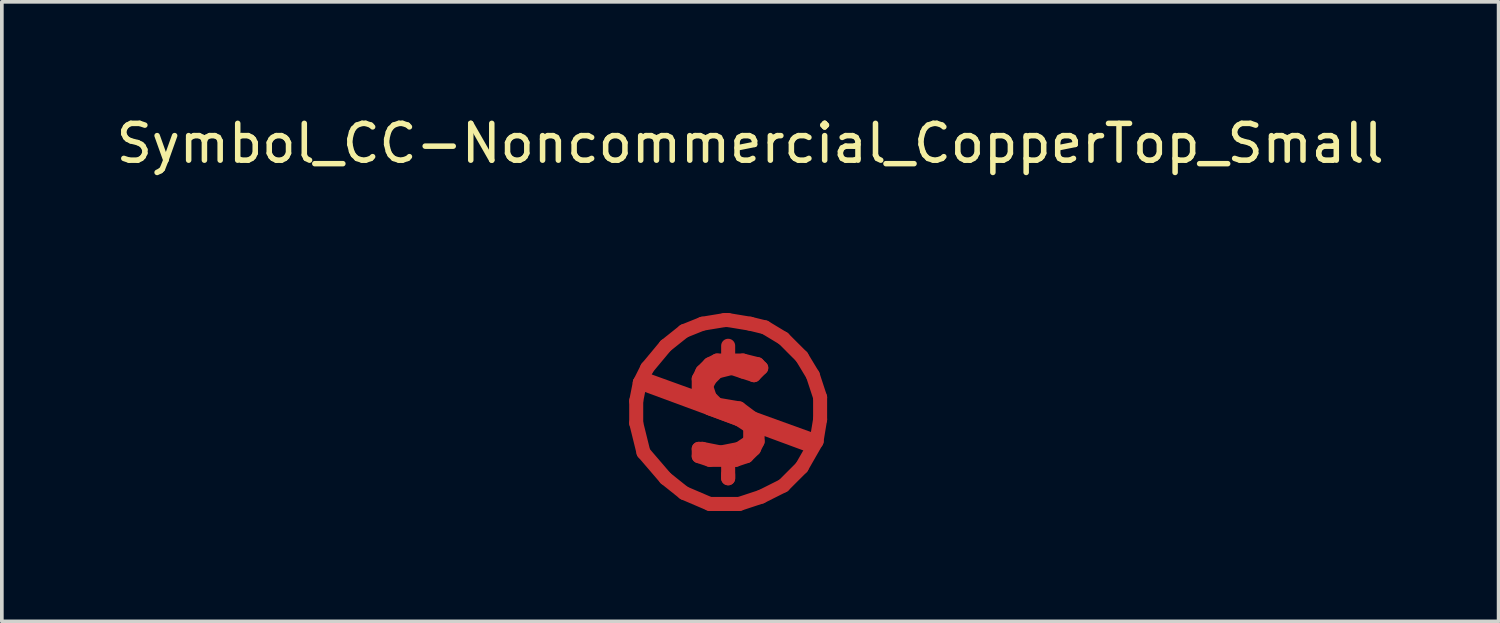
<source format=kicad_pcb>
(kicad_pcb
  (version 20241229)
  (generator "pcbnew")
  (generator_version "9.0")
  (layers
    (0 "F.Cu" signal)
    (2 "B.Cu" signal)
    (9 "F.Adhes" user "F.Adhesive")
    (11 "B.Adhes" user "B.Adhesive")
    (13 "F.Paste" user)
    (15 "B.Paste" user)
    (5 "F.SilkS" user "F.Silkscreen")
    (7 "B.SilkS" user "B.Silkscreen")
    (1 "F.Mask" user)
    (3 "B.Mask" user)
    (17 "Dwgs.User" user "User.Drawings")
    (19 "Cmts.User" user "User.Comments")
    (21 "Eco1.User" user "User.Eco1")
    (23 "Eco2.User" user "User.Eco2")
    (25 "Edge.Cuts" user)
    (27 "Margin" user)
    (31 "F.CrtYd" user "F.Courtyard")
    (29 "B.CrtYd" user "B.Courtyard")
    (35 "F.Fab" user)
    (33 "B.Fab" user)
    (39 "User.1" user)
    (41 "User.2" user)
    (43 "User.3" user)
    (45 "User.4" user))
  (footprint "Symbol_CC-Noncommercial_CopperTop_Small"
    (layer "F.Cu")
    (at 16.74 8.148)
    (property "Reference" "Symbol_CC-Noncommercial_CopperTop_Small" (at 0.599 -7.3 0) (layer "F.SilkS") (effects (font (size 1 1) (thickness 0.15))))
    (attr through_hole)
    (fp_line (start -2.499 -0.3) (end -2.499 0.3) (stroke (width 0.381) (type solid)) (layer "F.Cu"))
    (fp_line (start -2.499 0.3) (end -2.301 1.1) (stroke (width 0.381) (type solid)) (layer "F.Cu"))
    (fp_line (start -2.4 -0.8) (end -2.499 -0.3) (stroke (width 0.381) (type solid)) (layer "F.Cu"))
    (fp_line (start -2.4 -0.8) (end 2.2 0.899) (stroke (width 0.381) (type solid)) (layer "F.Cu"))
    (fp_line (start -2.301 -0.899) (end 2.4 0.8) (stroke (width 0.381) (type solid)) (layer "F.Cu"))
    (fp_line (start -2.301 1.1) (end -1.699 1.801) (stroke (width 0.381) (type solid)) (layer "F.Cu"))
    (fp_line (start -2.2 -1.199) (end -2.4 -0.8) (stroke (width 0.381) (type solid)) (layer "F.Cu"))
    (fp_line (start -1.699 -1.801) (end -2.2 -1.199) (stroke (width 0.381) (type solid)) (layer "F.Cu"))
    (fp_line (start -1.699 1.801) (end -1.199 2.2) (stroke (width 0.381) (type solid)) (layer "F.Cu"))
    (fp_line (start -1.199 -2.2) (end -1.699 -1.801) (stroke (width 0.381) (type solid)) (layer "F.Cu"))
    (fp_line (start -1.199 2.2) (end -0.5 2.499) (stroke (width 0.381) (type solid)) (layer "F.Cu"))
    (fp_line (start -0.8 -0.899) (end -0.8 -0.599) (stroke (width 0.381) (type solid)) (layer "F.Cu"))
    (fp_line (start -0.8 -0.599) (end -0.701 -0.3) (stroke (width 0.381) (type solid)) (layer "F.Cu"))
    (fp_line (start -0.8 1.001) (end -0.8 1.199) (stroke (width 0.381) (type solid)) (layer "F.Cu"))
    (fp_line (start -0.8 1.199) (end -0.5 1.3) (stroke (width 0.381) (type solid)) (layer "F.Cu"))
    (fp_line (start -0.701 -2.4) (end -1.199 -2.2) (stroke (width 0.381) (type solid)) (layer "F.Cu"))
    (fp_line (start -0.701 -1.1) (end -0.8 -0.899) (stroke (width 0.381) (type solid)) (layer "F.Cu"))
    (fp_line (start -0.701 -0.3) (end -0.5 -0.099) (stroke (width 0.381) (type solid)) (layer "F.Cu"))
    (fp_line (start -0.701 1.001) (end -0.8 1.001) (stroke (width 0.381) (type solid)) (layer "F.Cu"))
    (fp_line (start -0.599 -0.701) (end -0.5 -0.899) (stroke (width 0.381) (type solid)) (layer "F.Cu"))
    (fp_line (start -0.5 -1.3) (end -0.701 -1.1) (stroke (width 0.381) (type solid)) (layer "F.Cu"))
    (fp_line (start -0.5 -0.899) (end -0.3 -1.1) (stroke (width 0.381) (type solid)) (layer "F.Cu"))
    (fp_line (start -0.5 -0.399) (end -0.599 -0.701) (stroke (width 0.381) (type solid)) (layer "F.Cu"))
    (fp_line (start -0.5 -0.099) (end 0.3 0.201) (stroke (width 0.381) (type solid)) (layer "F.Cu"))
    (fp_line (start -0.5 1.3) (end 0.201 1.3) (stroke (width 0.381) (type solid)) (layer "F.Cu"))
    (fp_line (start -0.5 2.499) (end 0.3 2.499) (stroke (width 0.381) (type solid)) (layer "F.Cu"))
    (fp_line (start -0.3 -1.4) (end -0.5 -1.3) (stroke (width 0.381) (type solid)) (layer "F.Cu"))
    (fp_line (start -0.3 -1.1) (end 0.099 -1.199) (stroke (width 0.381) (type solid)) (layer "F.Cu"))
    (fp_line (start -0.3 -0.201) (end -0.5 -0.399) (stroke (width 0.381) (type solid)) (layer "F.Cu"))
    (fp_line (start -0.201 1.1) (end -0.701 1.001) (stroke (width 0.381) (type solid)) (layer "F.Cu"))
    (fp_line (start -0.099 -2.499) (end -0.701 -2.4) (stroke (width 0.381) (type solid)) (layer "F.Cu"))
    (fp_line (start 0 -2.499) (end -0.099 -2.499) (stroke (width 0.381) (type solid)) (layer "F.Cu"))
    (fp_line (start 0 -1.501) (end 0 -1.801) (stroke (width 0.381) (type solid)) (layer "F.Cu"))
    (fp_line (start 0 1.3) (end 0 1.801) (stroke (width 0.381) (type solid)) (layer "F.Cu"))
    (fp_line (start 0 1.801) (end 0 1.699) (stroke (width 0.381) (type solid)) (layer "F.Cu"))
    (fp_line (start 0.099 -1.199) (end 0.399 -1.1) (stroke (width 0.381) (type solid)) (layer "F.Cu"))
    (fp_line (start 0.201 1.3) (end 0.5 1.199) (stroke (width 0.381) (type solid)) (layer "F.Cu"))
    (fp_line (start 0.3 -0.099) (end -0.3 -0.201) (stroke (width 0.381) (type solid)) (layer "F.Cu"))
    (fp_line (start 0.3 0.201) (end 0.599 0.399) (stroke (width 0.381) (type solid)) (layer "F.Cu"))
    (fp_line (start 0.3 1.001) (end -0.201 1.1) (stroke (width 0.381) (type solid)) (layer "F.Cu"))
    (fp_line (start 0.3 2.499) (end 0.899 2.301) (stroke (width 0.381) (type solid)) (layer "F.Cu"))
    (fp_line (start 0.399 -1.4) (end -0.3 -1.4) (stroke (width 0.381) (type solid)) (layer "F.Cu"))
    (fp_line (start 0.399 -1.1) (end 0.701 -1.001) (stroke (width 0.381) (type solid)) (layer "F.Cu"))
    (fp_line (start 0.5 1.199) (end 0.701 1.001) (stroke (width 0.381) (type solid)) (layer "F.Cu"))
    (fp_line (start 0.599 -2.4) (end 0 -2.499) (stroke (width 0.381) (type solid)) (layer "F.Cu"))
    (fp_line (start 0.599 0.399) (end 0.599 0.8) (stroke (width 0.381) (type solid)) (layer "F.Cu"))
    (fp_line (start 0.599 0.8) (end 0.3 1.001) (stroke (width 0.381) (type solid)) (layer "F.Cu"))
    (fp_line (start 0.701 -1.001) (end 0.899 -1.199) (stroke (width 0.381) (type solid)) (layer "F.Cu"))
    (fp_line (start 0.701 0.201) (end 0.3 -0.099) (stroke (width 0.381) (type solid)) (layer "F.Cu"))
    (fp_line (start 0.701 1.001) (end 0.8 0.8) (stroke (width 0.381) (type solid)) (layer "F.Cu"))
    (fp_line (start 0.8 -1.3) (end 0.399 -1.4) (stroke (width 0.381) (type solid)) (layer "F.Cu"))
    (fp_line (start 0.8 0.5) (end 0.701 0.201) (stroke (width 0.381) (type solid)) (layer "F.Cu"))
    (fp_line (start 0.8 0.8) (end 0.8 0.5) (stroke (width 0.381) (type solid)) (layer "F.Cu"))
    (fp_line (start 0.899 -1.199) (end 0.8 -1.3) (stroke (width 0.381) (type solid)) (layer "F.Cu"))
    (fp_line (start 0.899 2.301) (end 1.501 1.999) (stroke (width 0.381) (type solid)) (layer "F.Cu"))
    (fp_line (start 1.001 -2.301) (end 0.599 -2.4) (stroke (width 0.381) (type solid)) (layer "F.Cu"))
    (fp_line (start 1.501 -1.999) (end 1.001 -2.301) (stroke (width 0.381) (type solid)) (layer "F.Cu"))
    (fp_line (start 1.501 1.999) (end 1.999 1.501) (stroke (width 0.381) (type solid)) (layer "F.Cu"))
    (fp_line (start 1.999 -1.501) (end 1.501 -1.999) (stroke (width 0.381) (type solid)) (layer "F.Cu"))
    (fp_line (start 1.999 1.501) (end 2.4 0.8) (stroke (width 0.381) (type solid)) (layer "F.Cu"))
    (fp_line (start 2.301 -1.001) (end 1.999 -1.501) (stroke (width 0.381) (type solid)) (layer "F.Cu"))
    (fp_line (start 2.4 0.8) (end 2.499 0.201) (stroke (width 0.381) (type solid)) (layer "F.Cu"))
    (fp_line (start 2.499 -0.399) (end 2.301 -1.001) (stroke (width 0.381) (type solid)) (layer "F.Cu"))
    (fp_line (start 2.499 0.201) (end 2.499 -0.399) (stroke (width 0.381) (type solid)) (layer "F.Cu")))
  (gr_rect
    (start -3 -3)
    (end 37.679 13.838)
    (stroke (width 0.1) (type default))
    (fill no)
    (layer "Edge.Cuts")))
</source>
